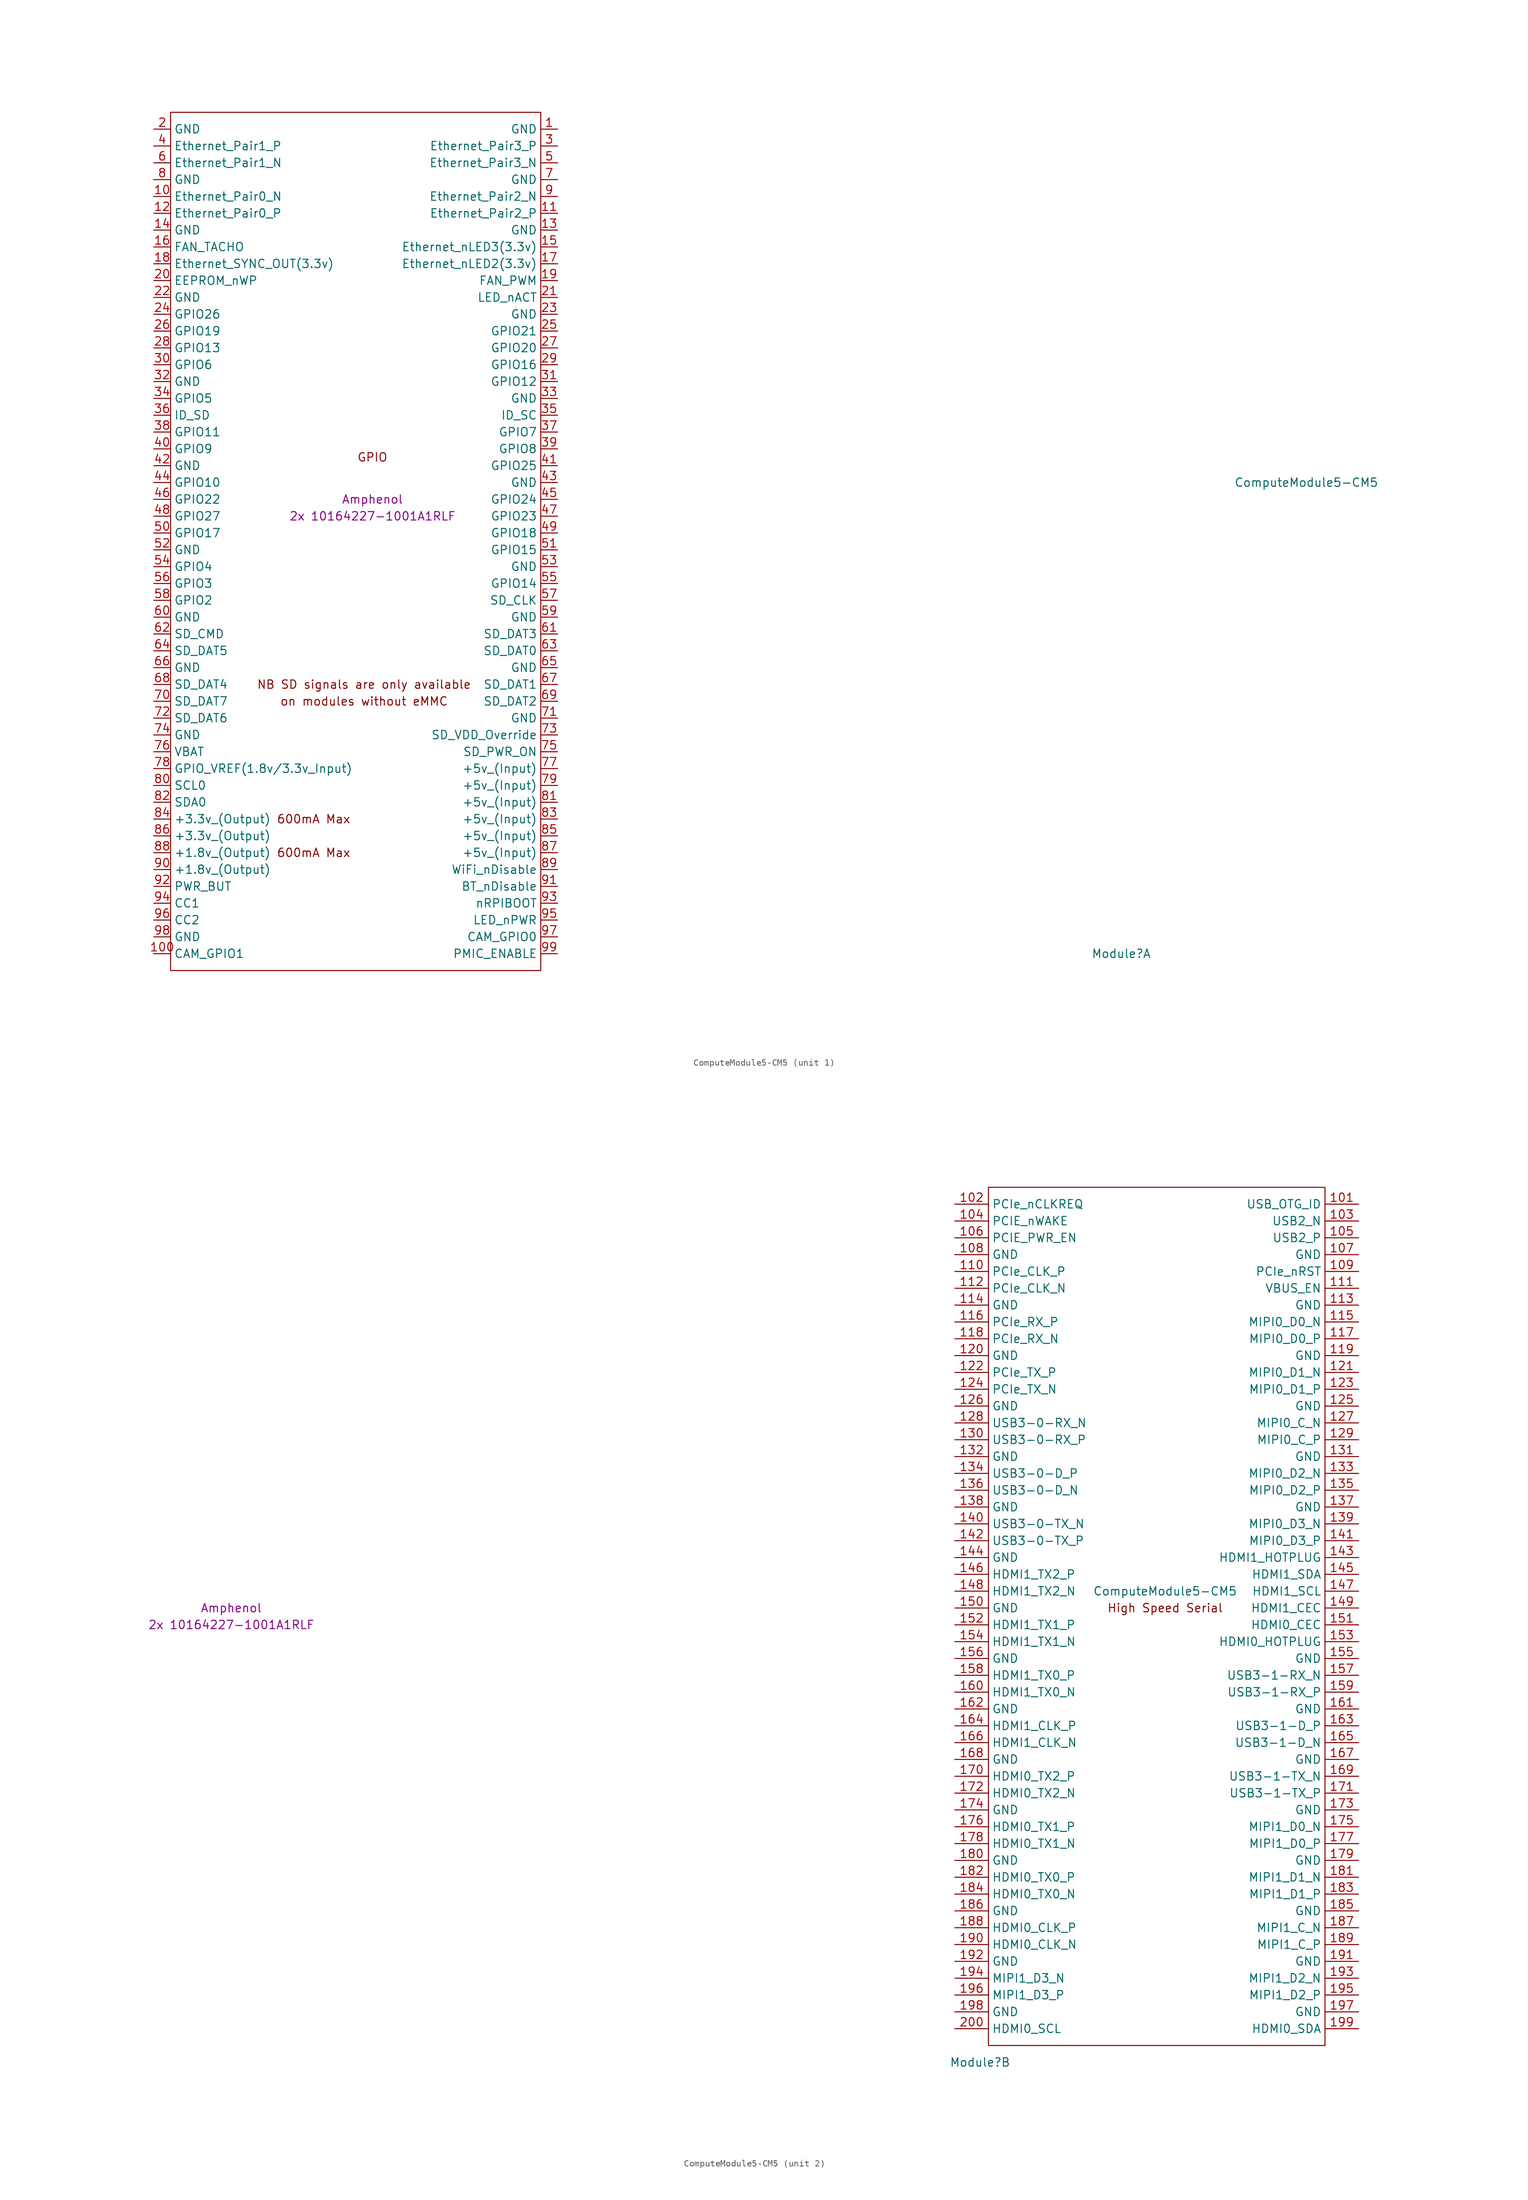
<source format=kicad_sym>
(kicad_symbol_lib
  (version 20231120)
  (generator "kicad_symbol_editor")
  (generator_version "8.0")
  (symbol "ComputeModule5-CM5"
    (property "Reference" "Module"
      (at 113.03 -68.58 0)
      (effects (font (size 1.27 1.27))))
    (property "Value" "ComputeModule5-CM5"
      (at 140.97 2.54 0)
      (effects (font (size 1.27 1.27))))
    (property "Field4" "Amphenol"
      (at 0 0 0)
      (effects (font (size 1.27 1.27))))
    (property "Field5" "2x 10164227-1001A1RLF"
      (at 0 -2.54 0)
      (effects (font (size 1.27 1.27))))
    (property "ki_locked" ""
      (at 0 0 0)
      (effects (font (size 1.27 1.27))))
    (symbol "ComputeModule5-CM5_1_0"
      (text "GPIO" (at 0 6.35 0) (effects (font (size 1.27 1.27)))))
    (symbol "ComputeModule5-CM5_1_1"
      (rectangle (start -30.48 -71.12) (end 25.4 58.42) (stroke (width 0) (type default)) (fill (type none)))
      (text "600mA Max" (at -8.89 -53.34 0) (effects (font (size 1.27 1.27))))
      (text "600mA Max" (at -8.89 -48.26 0) (effects (font (size 1.27 1.27))))
      (text "NB SD signals are only available" (at -1.27 -27.94 0) (effects (font (size 1.27 1.27))))
      (text "on modules without eMMC" (at -1.27 -30.48 0) (effects (font (size 1.27 1.27))))
      (pin power_in line (at 27.94 55.88 180) (length 2.54) (name "GND" (effects (font (size 1.27 1.27)))) (number "1" (effects (font (size 1.27 1.27)))))
      (pin passive line (at -33.02 45.72 0) (length 2.54) (name "Ethernet_Pair0_N" (effects (font (size 1.27 1.27)))) (number "10" (effects (font (size 1.27 1.27)))))
      (pin passive line (at -33.02 -68.58 0) (length 2.54) (name "CAM_GPIO1" (effects (font (size 1.27 1.27)))) (number "100" (effects (font (size 1.27 1.27)))))
      (pin passive line (at 27.94 43.18 180) (length 2.54) (name "Ethernet_Pair2_P" (effects (font (size 1.27 1.27)))) (number "11" (effects (font (size 1.27 1.27)))))
      (pin passive line (at -33.02 43.18 0) (length 2.54) (name "Ethernet_Pair0_P" (effects (font (size 1.27 1.27)))) (number "12" (effects (font (size 1.27 1.27)))))
      (pin power_in line (at 27.94 40.64 180) (length 2.54) (name "GND" (effects (font (size 1.27 1.27)))) (number "13" (effects (font (size 1.27 1.27)))))
      (pin power_in line (at -33.02 40.64 0) (length 2.54) (name "GND" (effects (font (size 1.27 1.27)))) (number "14" (effects (font (size 1.27 1.27)))))
      (pin output line (at 27.94 38.1 180) (length 2.54) (name "Ethernet_nLED3(3.3v)" (effects (font (size 1.27 1.27)))) (number "15" (effects (font (size 1.27 1.27)))))
      (pin input line (at -33.02 38.1 0) (length 2.54) (name "FAN_TACHO" (effects (font (size 1.27 1.27)))) (number "16" (effects (font (size 1.27 1.27)))))
      (pin output line (at 27.94 35.56 180) (length 2.54) (name "Ethernet_nLED2(3.3v)" (effects (font (size 1.27 1.27)))) (number "17" (effects (font (size 1.27 1.27)))))
      (pin input line (at -33.02 35.56 0) (length 2.54) (name "Ethernet_SYNC_OUT(3.3v)" (effects (font (size 1.27 1.27)))) (number "18" (effects (font (size 1.27 1.27)))))
      (pin output line (at 27.94 33.02 180) (length 2.54) (name "FAN_PWM" (effects (font (size 1.27 1.27)))) (number "19" (effects (font (size 1.27 1.27)))))
      (pin power_in line (at -33.02 55.88 0) (length 2.54) (name "GND" (effects (font (size 1.27 1.27)))) (number "2" (effects (font (size 1.27 1.27)))))
      (pin passive line (at -33.02 33.02 0) (length 2.54) (name "EEPROM_nWP" (effects (font (size 1.27 1.27)))) (number "20" (effects (font (size 1.27 1.27)))))
      (pin open_collector line (at 27.94 30.48 180) (length 2.54) (name "LED_nACT" (effects (font (size 1.27 1.27)))) (number "21" (effects (font (size 1.27 1.27)))))
      (pin power_in line (at -33.02 30.48 0) (length 2.54) (name "GND" (effects (font (size 1.27 1.27)))) (number "22" (effects (font (size 1.27 1.27)))))
      (pin power_in line (at 27.94 27.94 180) (length 2.54) (name "GND" (effects (font (size 1.27 1.27)))) (number "23" (effects (font (size 1.27 1.27)))))
      (pin passive line (at -33.02 27.94 0) (length 2.54) (name "GPIO26" (effects (font (size 1.27 1.27)))) (number "24" (effects (font (size 1.27 1.27)))))
      (pin passive line (at 27.94 25.4 180) (length 2.54) (name "GPIO21" (effects (font (size 1.27 1.27)))) (number "25" (effects (font (size 1.27 1.27)))))
      (pin passive line (at -33.02 25.4 0) (length 2.54) (name "GPIO19" (effects (font (size 1.27 1.27)))) (number "26" (effects (font (size 1.27 1.27)))))
      (pin passive line (at 27.94 22.86 180) (length 2.54) (name "GPIO20" (effects (font (size 1.27 1.27)))) (number "27" (effects (font (size 1.27 1.27)))))
      (pin passive line (at -33.02 22.86 0) (length 2.54) (name "GPIO13" (effects (font (size 1.27 1.27)))) (number "28" (effects (font (size 1.27 1.27)))))
      (pin passive line (at 27.94 20.32 180) (length 2.54) (name "GPIO16" (effects (font (size 1.27 1.27)))) (number "29" (effects (font (size 1.27 1.27)))))
      (pin passive line (at 27.94 53.34 180) (length 2.54) (name "Ethernet_Pair3_P" (effects (font (size 1.27 1.27)))) (number "3" (effects (font (size 1.27 1.27)))))
      (pin passive line (at -33.02 20.32 0) (length 2.54) (name "GPIO6" (effects (font (size 1.27 1.27)))) (number "30" (effects (font (size 1.27 1.27)))))
      (pin passive line (at 27.94 17.78 180) (length 2.54) (name "GPIO12" (effects (font (size 1.27 1.27)))) (number "31" (effects (font (size 1.27 1.27)))))
      (pin power_in line (at -33.02 17.78 0) (length 2.54) (name "GND" (effects (font (size 1.27 1.27)))) (number "32" (effects (font (size 1.27 1.27)))))
      (pin power_in line (at 27.94 15.24 180) (length 2.54) (name "GND" (effects (font (size 1.27 1.27)))) (number "33" (effects (font (size 1.27 1.27)))))
      (pin passive line (at -33.02 15.24 0) (length 2.54) (name "GPIO5" (effects (font (size 1.27 1.27)))) (number "34" (effects (font (size 1.27 1.27)))))
      (pin passive line (at 27.94 12.7 180) (length 2.54) (name "ID_SC" (effects (font (size 1.27 1.27)))) (number "35" (effects (font (size 1.27 1.27)))))
      (pin passive line (at -33.02 12.7 0) (length 2.54) (name "ID_SD" (effects (font (size 1.27 1.27)))) (number "36" (effects (font (size 1.27 1.27)))))
      (pin passive line (at 27.94 10.16 180) (length 2.54) (name "GPIO7" (effects (font (size 1.27 1.27)))) (number "37" (effects (font (size 1.27 1.27)))))
      (pin passive line (at -33.02 10.16 0) (length 2.54) (name "GPIO11" (effects (font (size 1.27 1.27)))) (number "38" (effects (font (size 1.27 1.27)))))
      (pin passive line (at 27.94 7.62 180) (length 2.54) (name "GPIO8" (effects (font (size 1.27 1.27)))) (number "39" (effects (font (size 1.27 1.27)))))
      (pin passive line (at -33.02 53.34 0) (length 2.54) (name "Ethernet_Pair1_P" (effects (font (size 1.27 1.27)))) (number "4" (effects (font (size 1.27 1.27)))))
      (pin passive line (at -33.02 7.62 0) (length 2.54) (name "GPIO9" (effects (font (size 1.27 1.27)))) (number "40" (effects (font (size 1.27 1.27)))))
      (pin passive line (at 27.94 5.08 180) (length 2.54) (name "GPIO25" (effects (font (size 1.27 1.27)))) (number "41" (effects (font (size 1.27 1.27)))))
      (pin power_in line (at -33.02 5.08 0) (length 2.54) (name "GND" (effects (font (size 1.27 1.27)))) (number "42" (effects (font (size 1.27 1.27)))))
      (pin power_in line (at 27.94 2.54 180) (length 2.54) (name "GND" (effects (font (size 1.27 1.27)))) (number "43" (effects (font (size 1.27 1.27)))))
      (pin passive line (at -33.02 2.54 0) (length 2.54) (name "GPIO10" (effects (font (size 1.27 1.27)))) (number "44" (effects (font (size 1.27 1.27)))))
      (pin passive line (at 27.94 0 180) (length 2.54) (name "GPIO24" (effects (font (size 1.27 1.27)))) (number "45" (effects (font (size 1.27 1.27)))))
      (pin passive line (at -33.02 0 0) (length 2.54) (name "GPIO22" (effects (font (size 1.27 1.27)))) (number "46" (effects (font (size 1.27 1.27)))))
      (pin passive line (at 27.94 -2.54 180) (length 2.54) (name "GPIO23" (effects (font (size 1.27 1.27)))) (number "47" (effects (font (size 1.27 1.27)))))
      (pin passive line (at -33.02 -2.54 0) (length 2.54) (name "GPIO27" (effects (font (size 1.27 1.27)))) (number "48" (effects (font (size 1.27 1.27)))))
      (pin passive line (at 27.94 -5.08 180) (length 2.54) (name "GPIO18" (effects (font (size 1.27 1.27)))) (number "49" (effects (font (size 1.27 1.27)))))
      (pin passive line (at 27.94 50.8 180) (length 2.54) (name "Ethernet_Pair3_N" (effects (font (size 1.27 1.27)))) (number "5" (effects (font (size 1.27 1.27)))))
      (pin passive line (at -33.02 -5.08 0) (length 2.54) (name "GPIO17" (effects (font (size 1.27 1.27)))) (number "50" (effects (font (size 1.27 1.27)))))
      (pin passive line (at 27.94 -7.62 180) (length 2.54) (name "GPIO15" (effects (font (size 1.27 1.27)))) (number "51" (effects (font (size 1.27 1.27)))))
      (pin power_in line (at -33.02 -7.62 0) (length 2.54) (name "GND" (effects (font (size 1.27 1.27)))) (number "52" (effects (font (size 1.27 1.27)))))
      (pin power_in line (at 27.94 -10.16 180) (length 2.54) (name "GND" (effects (font (size 1.27 1.27)))) (number "53" (effects (font (size 1.27 1.27)))))
      (pin passive line (at -33.02 -10.16 0) (length 2.54) (name "GPIO4" (effects (font (size 1.27 1.27)))) (number "54" (effects (font (size 1.27 1.27)))))
      (pin passive line (at 27.94 -12.7 180) (length 2.54) (name "GPIO14" (effects (font (size 1.27 1.27)))) (number "55" (effects (font (size 1.27 1.27)))))
      (pin passive line (at -33.02 -12.7 0) (length 2.54) (name "GPIO3" (effects (font (size 1.27 1.27)))) (number "56" (effects (font (size 1.27 1.27)))))
      (pin passive line (at 27.94 -15.24 180) (length 2.54) (name "SD_CLK" (effects (font (size 1.27 1.27)))) (number "57" (effects (font (size 1.27 1.27)))))
      (pin passive line (at -33.02 -15.24 0) (length 2.54) (name "GPIO2" (effects (font (size 1.27 1.27)))) (number "58" (effects (font (size 1.27 1.27)))))
      (pin power_in line (at 27.94 -17.78 180) (length 2.54) (name "GND" (effects (font (size 1.27 1.27)))) (number "59" (effects (font (size 1.27 1.27)))))
      (pin passive line (at -33.02 50.8 0) (length 2.54) (name "Ethernet_Pair1_N" (effects (font (size 1.27 1.27)))) (number "6" (effects (font (size 1.27 1.27)))))
      (pin power_in line (at -33.02 -17.78 0) (length 2.54) (name "GND" (effects (font (size 1.27 1.27)))) (number "60" (effects (font (size 1.27 1.27)))))
      (pin passive line (at 27.94 -20.32 180) (length 2.54) (name "SD_DAT3" (effects (font (size 1.27 1.27)))) (number "61" (effects (font (size 1.27 1.27)))))
      (pin passive line (at -33.02 -20.32 0) (length 2.54) (name "SD_CMD" (effects (font (size 1.27 1.27)))) (number "62" (effects (font (size 1.27 1.27)))))
      (pin passive line (at 27.94 -22.86 180) (length 2.54) (name "SD_DAT0" (effects (font (size 1.27 1.27)))) (number "63" (effects (font (size 1.27 1.27)))))
      (pin passive line (at -33.02 -22.86 0) (length 2.54) (name "SD_DAT5" (effects (font (size 1.27 1.27)))) (number "64" (effects (font (size 1.27 1.27)))))
      (pin power_in line (at 27.94 -25.4 180) (length 2.54) (name "GND" (effects (font (size 1.27 1.27)))) (number "65" (effects (font (size 1.27 1.27)))))
      (pin power_in line (at -33.02 -25.4 0) (length 2.54) (name "GND" (effects (font (size 1.27 1.27)))) (number "66" (effects (font (size 1.27 1.27)))))
      (pin passive line (at 27.94 -27.94 180) (length 2.54) (name "SD_DAT1" (effects (font (size 1.27 1.27)))) (number "67" (effects (font (size 1.27 1.27)))))
      (pin passive line (at -33.02 -27.94 0) (length 2.54) (name "SD_DAT4" (effects (font (size 1.27 1.27)))) (number "68" (effects (font (size 1.27 1.27)))))
      (pin passive line (at 27.94 -30.48 180) (length 2.54) (name "SD_DAT2" (effects (font (size 1.27 1.27)))) (number "69" (effects (font (size 1.27 1.27)))))
      (pin power_in line (at 27.94 48.26 180) (length 2.54) (name "GND" (effects (font (size 1.27 1.27)))) (number "7" (effects (font (size 1.27 1.27)))))
      (pin passive line (at -33.02 -30.48 0) (length 2.54) (name "SD_DAT7" (effects (font (size 1.27 1.27)))) (number "70" (effects (font (size 1.27 1.27)))))
      (pin power_in line (at 27.94 -33.02 180) (length 2.54) (name "GND" (effects (font (size 1.27 1.27)))) (number "71" (effects (font (size 1.27 1.27)))))
      (pin passive line (at -33.02 -33.02 0) (length 2.54) (name "SD_DAT6" (effects (font (size 1.27 1.27)))) (number "72" (effects (font (size 1.27 1.27)))))
      (pin input line (at 27.94 -35.56 180) (length 2.54) (name "SD_VDD_Override" (effects (font (size 1.27 1.27)))) (number "73" (effects (font (size 1.27 1.27)))))
      (pin power_in line (at -33.02 -35.56 0) (length 2.54) (name "GND" (effects (font (size 1.27 1.27)))) (number "74" (effects (font (size 1.27 1.27)))))
      (pin output line (at 27.94 -38.1 180) (length 2.54) (name "SD_PWR_ON" (effects (font (size 1.27 1.27)))) (number "75" (effects (font (size 1.27 1.27)))))
      (pin passive line (at -33.02 -38.1 0) (length 2.54) (name "VBAT" (effects (font (size 1.27 1.27)))) (number "76" (effects (font (size 1.27 1.27)))))
      (pin power_in line (at 27.94 -40.64 180) (length 2.54) (name "+5v_(Input)" (effects (font (size 1.27 1.27)))) (number "77" (effects (font (size 1.27 1.27)))))
      (pin power_in line (at -33.02 -40.64 0) (length 2.54) (name "GPIO_VREF(1.8v/3.3v_Input)" (effects (font (size 1.27 1.27)))) (number "78" (effects (font (size 1.27 1.27)))))
      (pin power_in line (at 27.94 -43.18 180) (length 2.54) (name "+5v_(Input)" (effects (font (size 1.27 1.27)))) (number "79" (effects (font (size 1.27 1.27)))))
      (pin power_in line (at -33.02 48.26 0) (length 2.54) (name "GND" (effects (font (size 1.27 1.27)))) (number "8" (effects (font (size 1.27 1.27)))))
      (pin passive line (at -33.02 -43.18 0) (length 2.54) (name "SCL0" (effects (font (size 1.27 1.27)))) (number "80" (effects (font (size 1.27 1.27)))))
      (pin power_in line (at 27.94 -45.72 180) (length 2.54) (name "+5v_(Input)" (effects (font (size 1.27 1.27)))) (number "81" (effects (font (size 1.27 1.27)))))
      (pin passive line (at -33.02 -45.72 0) (length 2.54) (name "SDA0" (effects (font (size 1.27 1.27)))) (number "82" (effects (font (size 1.27 1.27)))))
      (pin power_in line (at 27.94 -48.26 180) (length 2.54) (name "+5v_(Input)" (effects (font (size 1.27 1.27)))) (number "83" (effects (font (size 1.27 1.27)))))
      (pin power_out line (at -33.02 -48.26 0) (length 2.54) (name "+3.3v_(Output)" (effects (font (size 1.27 1.27)))) (number "84" (effects (font (size 1.27 1.27)))))
      (pin power_in line (at 27.94 -50.8 180) (length 2.54) (name "+5v_(Input)" (effects (font (size 1.27 1.27)))) (number "85" (effects (font (size 1.27 1.27)))))
      (pin passive line (at -33.02 -50.8 0) (length 2.54) (name "+3.3v_(Output)" (effects (font (size 1.27 1.27)))) (number "86" (effects (font (size 1.27 1.27)))))
      (pin power_in line (at 27.94 -53.34 180) (length 2.54) (name "+5v_(Input)" (effects (font (size 1.27 1.27)))) (number "87" (effects (font (size 1.27 1.27)))))
      (pin power_out line (at -33.02 -53.34 0) (length 2.54) (name "+1.8v_(Output)" (effects (font (size 1.27 1.27)))) (number "88" (effects (font (size 1.27 1.27)))))
      (pin input line (at 27.94 -55.88 180) (length 2.54) (name "WiFi_nDisable" (effects (font (size 1.27 1.27)))) (number "89" (effects (font (size 1.27 1.27)))))
      (pin passive line (at 27.94 45.72 180) (length 2.54) (name "Ethernet_Pair2_N" (effects (font (size 1.27 1.27)))) (number "9" (effects (font (size 1.27 1.27)))))
      (pin passive line (at -33.02 -55.88 0) (length 2.54) (name "+1.8v_(Output)" (effects (font (size 1.27 1.27)))) (number "90" (effects (font (size 1.27 1.27)))))
      (pin input line (at 27.94 -58.42 180) (length 2.54) (name "BT_nDisable" (effects (font (size 1.27 1.27)))) (number "91" (effects (font (size 1.27 1.27)))))
      (pin passive line (at -33.02 -58.42 0) (length 2.54) (name "PWR_BUT" (effects (font (size 1.27 1.27)))) (number "92" (effects (font (size 1.27 1.27)))))
      (pin input line (at 27.94 -60.96 180) (length 2.54) (name "nRPIBOOT" (effects (font (size 1.27 1.27)))) (number "93" (effects (font (size 1.27 1.27)))))
      (pin passive line (at -33.02 -60.96 0) (length 2.54) (name "CC1" (effects (font (size 1.27 1.27)))) (number "94" (effects (font (size 1.27 1.27)))))
      (pin output line (at 27.94 -63.5 180) (length 2.54) (name "LED_nPWR" (effects (font (size 1.27 1.27)))) (number "95" (effects (font (size 1.27 1.27)))))
      (pin passive line (at -33.02 -63.5 0) (length 2.54) (name "CC2" (effects (font (size 1.27 1.27)))) (number "96" (effects (font (size 1.27 1.27)))))
      (pin passive line (at 27.94 -66.04 180) (length 2.54) (name "CAM_GPIO0" (effects (font (size 1.27 1.27)))) (number "97" (effects (font (size 1.27 1.27)))))
      (pin power_in line (at -33.02 -66.04 0) (length 2.54) (name "GND" (effects (font (size 1.27 1.27)))) (number "98" (effects (font (size 1.27 1.27)))))
      (pin input line (at 27.94 -68.58 180) (length 2.54) (name "PMIC_ENABLE" (effects (font (size 1.27 1.27)))) (number "99" (effects (font (size 1.27 1.27))))))
    (symbol "ComputeModule5-CM5_2_1"
      (rectangle (start 114.3 -66.04) (end 165.1 63.5) (stroke (width 0) (type default)) (fill (type none)))
      (text "High Speed Serial" (at 140.97 0 0) (effects (font (size 1.27 1.27))))
      (pin input line (at 170.18 60.96 180) (length 5.08) (name "USB_OTG_ID" (effects (font (size 1.27 1.27)))) (number "101" (effects (font (size 1.27 1.27)))))
      (pin input line (at 109.22 60.96 0) (length 5.08) (name "PCIe_nCLKREQ" (effects (font (size 1.27 1.27)))) (number "102" (effects (font (size 1.27 1.27)))))
      (pin passive line (at 170.18 58.42 180) (length 5.08) (name "USB2_N" (effects (font (size 1.27 1.27)))) (number "103" (effects (font (size 1.27 1.27)))))
      (pin input line (at 109.22 58.42 0) (length 5.08) (name "PCIE_nWAKE" (effects (font (size 1.27 1.27)))) (number "104" (effects (font (size 1.27 1.27)))))
      (pin passive line (at 170.18 55.88 180) (length 5.08) (name "USB2_P" (effects (font (size 1.27 1.27)))) (number "105" (effects (font (size 1.27 1.27)))))
      (pin output line (at 109.22 55.88 0) (length 5.08) (name "PCIE_PWR_EN" (effects (font (size 1.27 1.27)))) (number "106" (effects (font (size 1.27 1.27)))))
      (pin power_in line (at 170.18 53.34 180) (length 5.08) (name "GND" (effects (font (size 1.27 1.27)))) (number "107" (effects (font (size 1.27 1.27)))))
      (pin power_in line (at 109.22 53.34 0) (length 5.08) (name "GND" (effects (font (size 1.27 1.27)))) (number "108" (effects (font (size 1.27 1.27)))))
      (pin output line (at 170.18 50.8 180) (length 5.08) (name "PCIe_nRST" (effects (font (size 1.27 1.27)))) (number "109" (effects (font (size 1.27 1.27)))))
      (pin output line (at 109.22 50.8 0) (length 5.08) (name "PCIe_CLK_P" (effects (font (size 1.27 1.27)))) (number "110" (effects (font (size 1.27 1.27)))))
      (pin output line (at 170.18 48.26 180) (length 5.08) (name "VBUS_EN" (effects (font (size 1.27 1.27)))) (number "111" (effects (font (size 1.27 1.27)))))
      (pin output line (at 109.22 48.26 0) (length 5.08) (name "PCIe_CLK_N" (effects (font (size 1.27 1.27)))) (number "112" (effects (font (size 1.27 1.27)))))
      (pin power_in line (at 170.18 45.72 180) (length 5.08) (name "GND" (effects (font (size 1.27 1.27)))) (number "113" (effects (font (size 1.27 1.27)))))
      (pin power_in line (at 109.22 45.72 0) (length 5.08) (name "GND" (effects (font (size 1.27 1.27)))) (number "114" (effects (font (size 1.27 1.27)))))
      (pin input line (at 170.18 43.18 180) (length 5.08) (name "MIPI0_D0_N" (effects (font (size 1.27 1.27)))) (number "115" (effects (font (size 1.27 1.27)))))
      (pin input line (at 109.22 43.18 0) (length 5.08) (name "PCIe_RX_P" (effects (font (size 1.27 1.27)))) (number "116" (effects (font (size 1.27 1.27)))))
      (pin input line (at 170.18 40.64 180) (length 5.08) (name "MIPI0_D0_P" (effects (font (size 1.27 1.27)))) (number "117" (effects (font (size 1.27 1.27)))))
      (pin input line (at 109.22 40.64 0) (length 5.08) (name "PCIe_RX_N" (effects (font (size 1.27 1.27)))) (number "118" (effects (font (size 1.27 1.27)))))
      (pin power_in line (at 170.18 38.1 180) (length 5.08) (name "GND" (effects (font (size 1.27 1.27)))) (number "119" (effects (font (size 1.27 1.27)))))
      (pin power_in line (at 109.22 38.1 0) (length 5.08) (name "GND" (effects (font (size 1.27 1.27)))) (number "120" (effects (font (size 1.27 1.27)))))
      (pin input line (at 170.18 35.56 180) (length 5.08) (name "MIPI0_D1_N" (effects (font (size 1.27 1.27)))) (number "121" (effects (font (size 1.27 1.27)))))
      (pin output line (at 109.22 35.56 0) (length 5.08) (name "PCIe_TX_P" (effects (font (size 1.27 1.27)))) (number "122" (effects (font (size 1.27 1.27)))))
      (pin input line (at 170.18 33.02 180) (length 5.08) (name "MIPI0_D1_P" (effects (font (size 1.27 1.27)))) (number "123" (effects (font (size 1.27 1.27)))))
      (pin output line (at 109.22 33.02 0) (length 5.08) (name "PCIe_TX_N" (effects (font (size 1.27 1.27)))) (number "124" (effects (font (size 1.27 1.27)))))
      (pin power_in line (at 170.18 30.48 180) (length 5.08) (name "GND" (effects (font (size 1.27 1.27)))) (number "125" (effects (font (size 1.27 1.27)))))
      (pin power_in line (at 109.22 30.48 0) (length 5.08) (name "GND" (effects (font (size 1.27 1.27)))) (number "126" (effects (font (size 1.27 1.27)))))
      (pin input line (at 170.18 27.94 180) (length 5.08) (name "MIPI0_C_N" (effects (font (size 1.27 1.27)))) (number "127" (effects (font (size 1.27 1.27)))))
      (pin input line (at 109.22 27.94 0) (length 5.08) (name "USB3-0-RX_N" (effects (font (size 1.27 1.27)))) (number "128" (effects (font (size 1.27 1.27)))))
      (pin input line (at 170.18 25.4 180) (length 5.08) (name "MIPI0_C_P" (effects (font (size 1.27 1.27)))) (number "129" (effects (font (size 1.27 1.27)))))
      (pin input line (at 109.22 25.4 0) (length 5.08) (name "USB3-0-RX_P" (effects (font (size 1.27 1.27)))) (number "130" (effects (font (size 1.27 1.27)))))
      (pin power_in line (at 170.18 22.86 180) (length 5.08) (name "GND" (effects (font (size 1.27 1.27)))) (number "131" (effects (font (size 1.27 1.27)))))
      (pin power_in line (at 109.22 22.86 0) (length 5.08) (name "GND" (effects (font (size 1.27 1.27)))) (number "132" (effects (font (size 1.27 1.27)))))
      (pin input line (at 170.18 20.32 180) (length 5.08) (name "MIPI0_D2_N" (effects (font (size 1.27 1.27)))) (number "133" (effects (font (size 1.27 1.27)))))
      (pin passive line (at 109.22 20.32 0) (length 5.08) (name "USB3-0-D_P" (effects (font (size 1.27 1.27)))) (number "134" (effects (font (size 1.27 1.27)))))
      (pin input line (at 170.18 17.78 180) (length 5.08) (name "MIPI0_D2_P" (effects (font (size 1.27 1.27)))) (number "135" (effects (font (size 1.27 1.27)))))
      (pin passive line (at 109.22 17.78 0) (length 5.08) (name "USB3-0-D_N" (effects (font (size 1.27 1.27)))) (number "136" (effects (font (size 1.27 1.27)))))
      (pin power_in line (at 170.18 15.24 180) (length 5.08) (name "GND" (effects (font (size 1.27 1.27)))) (number "137" (effects (font (size 1.27 1.27)))))
      (pin power_in line (at 109.22 15.24 0) (length 5.08) (name "GND" (effects (font (size 1.27 1.27)))) (number "138" (effects (font (size 1.27 1.27)))))
      (pin input line (at 170.18 12.7 180) (length 5.08) (name "MIPI0_D3_N" (effects (font (size 1.27 1.27)))) (number "139" (effects (font (size 1.27 1.27)))))
      (pin output line (at 109.22 12.7 0) (length 5.08) (name "USB3-0-TX_N" (effects (font (size 1.27 1.27)))) (number "140" (effects (font (size 1.27 1.27)))))
      (pin input line (at 170.18 10.16 180) (length 5.08) (name "MIPI0_D3_P" (effects (font (size 1.27 1.27)))) (number "141" (effects (font (size 1.27 1.27)))))
      (pin output line (at 109.22 10.16 0) (length 5.08) (name "USB3-0-TX_P" (effects (font (size 1.27 1.27)))) (number "142" (effects (font (size 1.27 1.27)))))
      (pin input line (at 170.18 7.62 180) (length 5.08) (name "HDMI1_HOTPLUG" (effects (font (size 1.27 1.27)))) (number "143" (effects (font (size 1.27 1.27)))))
      (pin power_in line (at 109.22 7.62 0) (length 5.08) (name "GND" (effects (font (size 1.27 1.27)))) (number "144" (effects (font (size 1.27 1.27)))))
      (pin bidirectional line (at 170.18 5.08 180) (length 5.08) (name "HDMI1_SDA" (effects (font (size 1.27 1.27)))) (number "145" (effects (font (size 1.27 1.27)))))
      (pin output line (at 109.22 5.08 0) (length 5.08) (name "HDMI1_TX2_P" (effects (font (size 1.27 1.27)))) (number "146" (effects (font (size 1.27 1.27)))))
      (pin open_collector line (at 170.18 2.54 180) (length 5.08) (name "HDMI1_SCL" (effects (font (size 1.27 1.27)))) (number "147" (effects (font (size 1.27 1.27)))))
      (pin output line (at 109.22 2.54 0) (length 5.08) (name "HDMI1_TX2_N" (effects (font (size 1.27 1.27)))) (number "148" (effects (font (size 1.27 1.27)))))
      (pin open_collector line (at 170.18 0 180) (length 5.08) (name "HDMI1_CEC" (effects (font (size 1.27 1.27)))) (number "149" (effects (font (size 1.27 1.27)))))
      (pin power_in line (at 109.22 0 0) (length 5.08) (name "GND" (effects (font (size 1.27 1.27)))) (number "150" (effects (font (size 1.27 1.27)))))
      (pin open_collector line (at 170.18 -2.54 180) (length 5.08) (name "HDMI0_CEC" (effects (font (size 1.27 1.27)))) (number "151" (effects (font (size 1.27 1.27)))))
      (pin output line (at 109.22 -2.54 0) (length 5.08) (name "HDMI1_TX1_P" (effects (font (size 1.27 1.27)))) (number "152" (effects (font (size 1.27 1.27)))))
      (pin input line (at 170.18 -5.08 180) (length 5.08) (name "HDMI0_HOTPLUG" (effects (font (size 1.27 1.27)))) (number "153" (effects (font (size 1.27 1.27)))))
      (pin output line (at 109.22 -5.08 0) (length 5.08) (name "HDMI1_TX1_N" (effects (font (size 1.27 1.27)))) (number "154" (effects (font (size 1.27 1.27)))))
      (pin power_in line (at 170.18 -7.62 180) (length 5.08) (name "GND" (effects (font (size 1.27 1.27)))) (number "155" (effects (font (size 1.27 1.27)))))
      (pin power_in line (at 109.22 -7.62 0) (length 5.08) (name "GND" (effects (font (size 1.27 1.27)))) (number "156" (effects (font (size 1.27 1.27)))))
      (pin input line (at 170.18 -10.16 180) (length 5.08) (name "USB3-1-RX_N" (effects (font (size 1.27 1.27)))) (number "157" (effects (font (size 1.27 1.27)))))
      (pin output line (at 109.22 -10.16 0) (length 5.08) (name "HDMI1_TX0_P" (effects (font (size 1.27 1.27)))) (number "158" (effects (font (size 1.27 1.27)))))
      (pin input line (at 170.18 -12.7 180) (length 5.08) (name "USB3-1-RX_P" (effects (font (size 1.27 1.27)))) (number "159" (effects (font (size 1.27 1.27)))))
      (pin output line (at 109.22 -12.7 0) (length 5.08) (name "HDMI1_TX0_N" (effects (font (size 1.27 1.27)))) (number "160" (effects (font (size 1.27 1.27)))))
      (pin power_in line (at 170.18 -15.24 180) (length 5.08) (name "GND" (effects (font (size 1.27 1.27)))) (number "161" (effects (font (size 1.27 1.27)))))
      (pin power_in line (at 109.22 -15.24 0) (length 5.08) (name "GND" (effects (font (size 1.27 1.27)))) (number "162" (effects (font (size 1.27 1.27)))))
      (pin passive line (at 170.18 -17.78 180) (length 5.08) (name "USB3-1-D_P" (effects (font (size 1.27 1.27)))) (number "163" (effects (font (size 1.27 1.27)))))
      (pin output line (at 109.22 -17.78 0) (length 5.08) (name "HDMI1_CLK_P" (effects (font (size 1.27 1.27)))) (number "164" (effects (font (size 1.27 1.27)))))
      (pin passive line (at 170.18 -20.32 180) (length 5.08) (name "USB3-1-D_N" (effects (font (size 1.27 1.27)))) (number "165" (effects (font (size 1.27 1.27)))))
      (pin output line (at 109.22 -20.32 0) (length 5.08) (name "HDMI1_CLK_N" (effects (font (size 1.27 1.27)))) (number "166" (effects (font (size 1.27 1.27)))))
      (pin power_in line (at 170.18 -22.86 180) (length 5.08) (name "GND" (effects (font (size 1.27 1.27)))) (number "167" (effects (font (size 1.27 1.27)))))
      (pin power_in line (at 109.22 -22.86 0) (length 5.08) (name "GND" (effects (font (size 1.27 1.27)))) (number "168" (effects (font (size 1.27 1.27)))))
      (pin output line (at 170.18 -25.4 180) (length 5.08) (name "USB3-1-TX_N" (effects (font (size 1.27 1.27)))) (number "169" (effects (font (size 1.27 1.27)))))
      (pin output line (at 109.22 -25.4 0) (length 5.08) (name "HDMI0_TX2_P" (effects (font (size 1.27 1.27)))) (number "170" (effects (font (size 1.27 1.27)))))
      (pin output line (at 170.18 -27.94 180) (length 5.08) (name "USB3-1-TX_P" (effects (font (size 1.27 1.27)))) (number "171" (effects (font (size 1.27 1.27)))))
      (pin output line (at 109.22 -27.94 0) (length 5.08) (name "HDMI0_TX2_N" (effects (font (size 1.27 1.27)))) (number "172" (effects (font (size 1.27 1.27)))))
      (pin power_in line (at 170.18 -30.48 180) (length 5.08) (name "GND" (effects (font (size 1.27 1.27)))) (number "173" (effects (font (size 1.27 1.27)))))
      (pin power_in line (at 109.22 -30.48 0) (length 5.08) (name "GND" (effects (font (size 1.27 1.27)))) (number "174" (effects (font (size 1.27 1.27)))))
      (pin output line (at 170.18 -33.02 180) (length 5.08) (name "MIPI1_D0_N" (effects (font (size 1.27 1.27)))) (number "175" (effects (font (size 1.27 1.27)))))
      (pin output line (at 109.22 -33.02 0) (length 5.08) (name "HDMI0_TX1_P" (effects (font (size 1.27 1.27)))) (number "176" (effects (font (size 1.27 1.27)))))
      (pin output line (at 170.18 -35.56 180) (length 5.08) (name "MIPI1_D0_P" (effects (font (size 1.27 1.27)))) (number "177" (effects (font (size 1.27 1.27)))))
      (pin output line (at 109.22 -35.56 0) (length 5.08) (name "HDMI0_TX1_N" (effects (font (size 1.27 1.27)))) (number "178" (effects (font (size 1.27 1.27)))))
      (pin power_in line (at 170.18 -38.1 180) (length 5.08) (name "GND" (effects (font (size 1.27 1.27)))) (number "179" (effects (font (size 1.27 1.27)))))
      (pin power_in line (at 109.22 -38.1 0) (length 5.08) (name "GND" (effects (font (size 1.27 1.27)))) (number "180" (effects (font (size 1.27 1.27)))))
      (pin output line (at 170.18 -40.64 180) (length 5.08) (name "MIPI1_D1_N" (effects (font (size 1.27 1.27)))) (number "181" (effects (font (size 1.27 1.27)))))
      (pin output line (at 109.22 -40.64 0) (length 5.08) (name "HDMI0_TX0_P" (effects (font (size 1.27 1.27)))) (number "182" (effects (font (size 1.27 1.27)))))
      (pin output line (at 170.18 -43.18 180) (length 5.08) (name "MIPI1_D1_P" (effects (font (size 1.27 1.27)))) (number "183" (effects (font (size 1.27 1.27)))))
      (pin output line (at 109.22 -43.18 0) (length 5.08) (name "HDMI0_TX0_N" (effects (font (size 1.27 1.27)))) (number "184" (effects (font (size 1.27 1.27)))))
      (pin power_in line (at 170.18 -45.72 180) (length 5.08) (name "GND" (effects (font (size 1.27 1.27)))) (number "185" (effects (font (size 1.27 1.27)))))
      (pin power_in line (at 109.22 -45.72 0) (length 5.08) (name "GND" (effects (font (size 1.27 1.27)))) (number "186" (effects (font (size 1.27 1.27)))))
      (pin output line (at 170.18 -48.26 180) (length 5.08) (name "MIPI1_C_N" (effects (font (size 1.27 1.27)))) (number "187" (effects (font (size 1.27 1.27)))))
      (pin output line (at 109.22 -48.26 0) (length 5.08) (name "HDMI0_CLK_P" (effects (font (size 1.27 1.27)))) (number "188" (effects (font (size 1.27 1.27)))))
      (pin output line (at 170.18 -50.8 180) (length 5.08) (name "MIPI1_C_P" (effects (font (size 1.27 1.27)))) (number "189" (effects (font (size 1.27 1.27)))))
      (pin output line (at 109.22 -50.8 0) (length 5.08) (name "HDMI0_CLK_N" (effects (font (size 1.27 1.27)))) (number "190" (effects (font (size 1.27 1.27)))))
      (pin power_in line (at 170.18 -53.34 180) (length 5.08) (name "GND" (effects (font (size 1.27 1.27)))) (number "191" (effects (font (size 1.27 1.27)))))
      (pin power_in line (at 109.22 -53.34 0) (length 5.08) (name "GND" (effects (font (size 1.27 1.27)))) (number "192" (effects (font (size 1.27 1.27)))))
      (pin output line (at 170.18 -55.88 180) (length 5.08) (name "MIPI1_D2_N" (effects (font (size 1.27 1.27)))) (number "193" (effects (font (size 1.27 1.27)))))
      (pin output line (at 109.22 -55.88 0) (length 5.08) (name "MIPI1_D3_N" (effects (font (size 1.27 1.27)))) (number "194" (effects (font (size 1.27 1.27)))))
      (pin output line (at 170.18 -58.42 180) (length 5.08) (name "MIPI1_D2_P" (effects (font (size 1.27 1.27)))) (number "195" (effects (font (size 1.27 1.27)))))
      (pin output line (at 109.22 -58.42 0) (length 5.08) (name "MIPI1_D3_P" (effects (font (size 1.27 1.27)))) (number "196" (effects (font (size 1.27 1.27)))))
      (pin power_in line (at 170.18 -60.96 180) (length 5.08) (name "GND" (effects (font (size 1.27 1.27)))) (number "197" (effects (font (size 1.27 1.27)))))
      (pin power_in line (at 109.22 -60.96 0) (length 5.08) (name "GND" (effects (font (size 1.27 1.27)))) (number "198" (effects (font (size 1.27 1.27)))))
      (pin bidirectional line (at 170.18 -63.5 180) (length 5.08) (name "HDMI0_SDA" (effects (font (size 1.27 1.27)))) (number "199" (effects (font (size 1.27 1.27)))))
      (pin open_collector line (at 109.22 -63.5 0) (length 5.08) (name "HDMI0_SCL" (effects (font (size 1.27 1.27)))) (number "200" (effects (font (size 1.27 1.27))))))))
</source>
